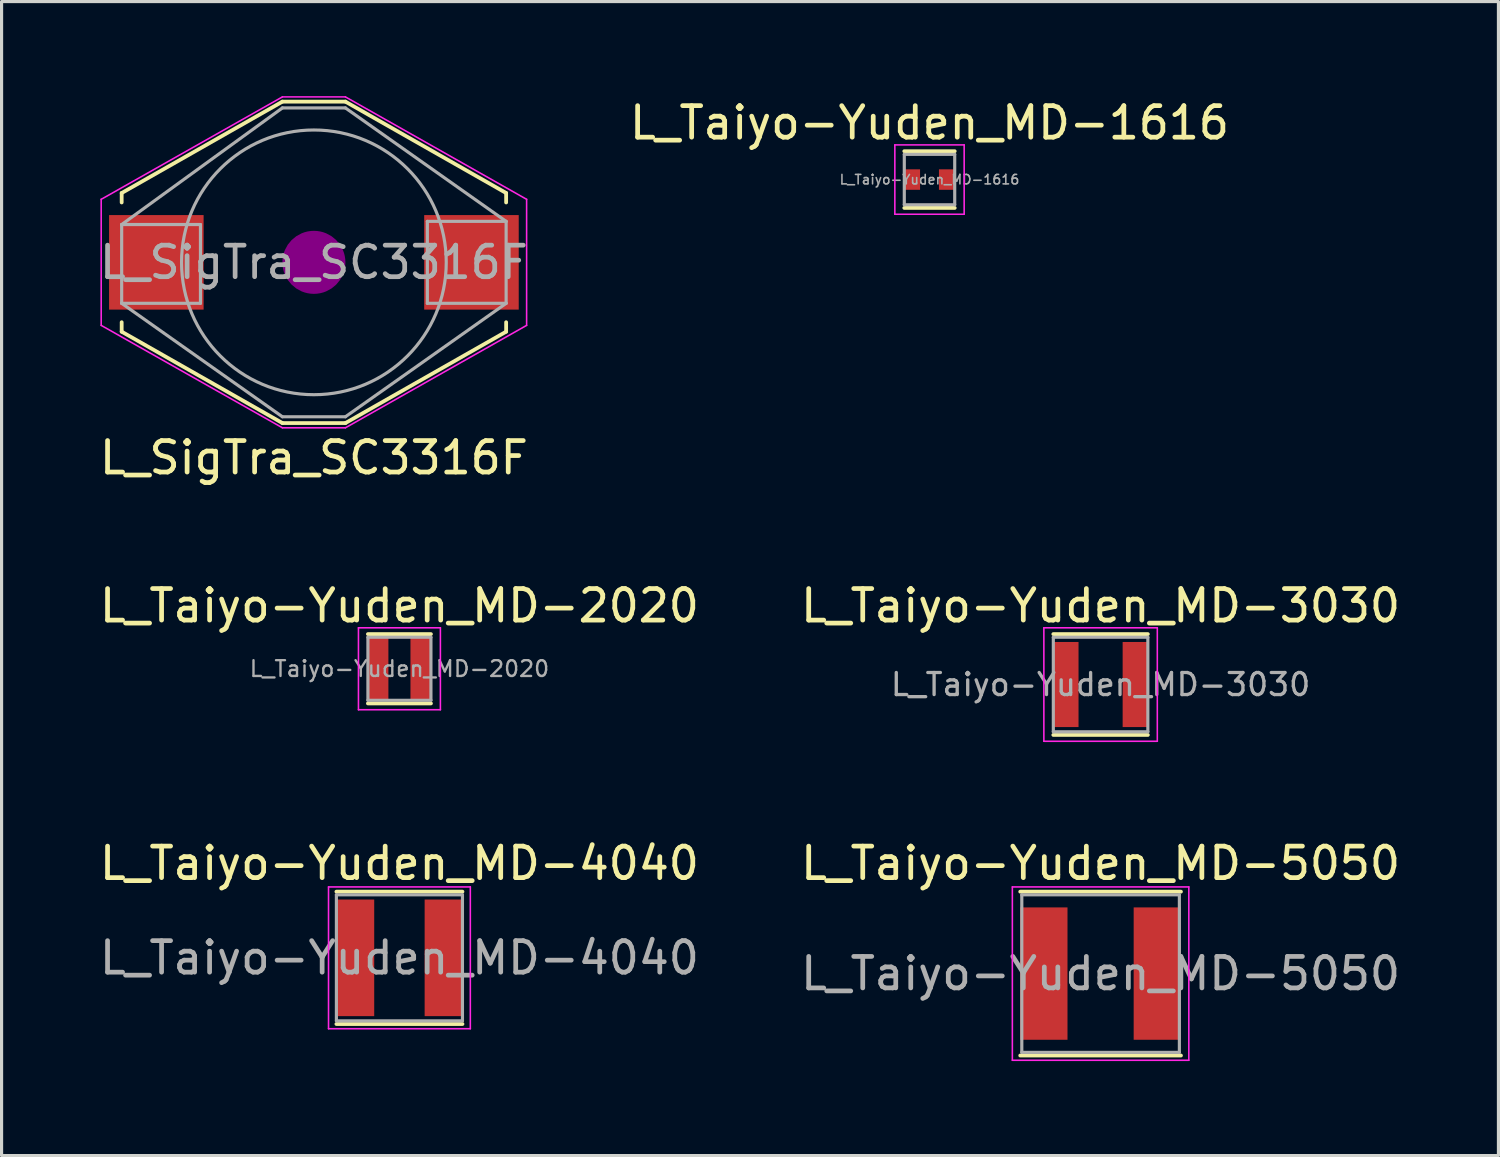
<source format=kicad_pcb>
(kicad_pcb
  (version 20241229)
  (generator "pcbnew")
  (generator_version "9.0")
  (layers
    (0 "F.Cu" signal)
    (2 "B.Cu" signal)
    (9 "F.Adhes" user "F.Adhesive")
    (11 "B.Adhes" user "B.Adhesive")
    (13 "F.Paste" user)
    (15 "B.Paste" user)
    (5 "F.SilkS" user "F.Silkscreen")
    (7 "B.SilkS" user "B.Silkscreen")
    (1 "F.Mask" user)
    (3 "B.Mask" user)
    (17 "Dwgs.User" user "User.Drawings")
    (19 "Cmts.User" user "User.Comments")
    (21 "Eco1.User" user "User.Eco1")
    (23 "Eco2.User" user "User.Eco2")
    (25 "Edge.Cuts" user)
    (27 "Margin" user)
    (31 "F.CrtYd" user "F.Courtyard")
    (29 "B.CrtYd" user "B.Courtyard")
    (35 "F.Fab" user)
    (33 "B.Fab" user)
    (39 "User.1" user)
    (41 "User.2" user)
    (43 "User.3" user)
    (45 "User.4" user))
  (footprint "L_Taiyo-Yuden_MD-2020"
    (layer "F.Cu")
    (at 9.625 18.172)
    (property "Reference" "L_Taiyo-Yuden_MD-2020" (at 0 -2 0) (layer "F.SilkS") (effects (font (size 1 1) (thickness 0.15))))
    (attr smd)
    (fp_line (start -1 -1.1) (end 1 -1.1) (stroke (width 0.12) (type solid)) (layer "F.SilkS"))
    (fp_line (start -1 1.1) (end 1 1.1) (stroke (width 0.12) (type solid)) (layer "F.SilkS"))
    (fp_line (start -1.3 -1.3) (end -1.3 1.3) (stroke (width 0.05) (type solid)) (layer "F.CrtYd"))
    (fp_line (start -1.3 1.3) (end 1.3 1.3) (stroke (width 0.05) (type solid)) (layer "F.CrtYd"))
    (fp_line (start 1.3 -1.3) (end -1.3 -1.3) (stroke (width 0.05) (type solid)) (layer "F.CrtYd"))
    (fp_line (start 1.3 1.3) (end 1.3 -1.3) (stroke (width 0.05) (type solid)) (layer "F.CrtYd"))
    (fp_line (start -1 -1) (end -1 1) (stroke (width 0.1) (type solid)) (layer "F.Fab"))
    (fp_line (start -1 1) (end 1 1) (stroke (width 0.1) (type solid)) (layer "F.Fab"))
    (fp_line (start 1 -1) (end -1 -1) (stroke (width 0.1) (type solid)) (layer "F.Fab"))
    (fp_line (start 1 1) (end 1 -1) (stroke (width 0.1) (type solid)) (layer "F.Fab"))
    (fp_text user "${REFERENCE}" (at 0 0 0) (layer "F.Fab") (effects (font (size 0.5 0.5) (thickness 0.075))))
    (pad "1" smd rect (at -0.675 0) (size 0.65 2) (layers "F.Cu" "F.Mask" "F.Paste"))
    (pad "2" smd rect (at 0.675 0) (size 0.65 2) (layers "F.Cu" "F.Mask" "F.Paste")))
  (footprint "L_Taiyo-Yuden_MD-3030"
    (layer "F.Cu")
    (at 31.875 18.672)
    (property "Reference" "L_Taiyo-Yuden_MD-3030" (at 0 -2.5 0) (layer "F.SilkS") (effects (font (size 1 1) (thickness 0.15))))
    (attr smd)
    (fp_line (start -1.5 -1.6) (end 1.5 -1.6) (stroke (width 0.12) (type solid)) (layer "F.SilkS"))
    (fp_line (start -1.5 1.6) (end 1.5 1.6) (stroke (width 0.12) (type solid)) (layer "F.SilkS"))
    (fp_line (start -1.8 -1.8) (end -1.8 1.8) (stroke (width 0.05) (type solid)) (layer "F.CrtYd"))
    (fp_line (start -1.8 1.8) (end 1.8 1.8) (stroke (width 0.05) (type solid)) (layer "F.CrtYd"))
    (fp_line (start 1.8 -1.8) (end -1.8 -1.8) (stroke (width 0.05) (type solid)) (layer "F.CrtYd"))
    (fp_line (start 1.8 1.8) (end 1.8 -1.8) (stroke (width 0.05) (type solid)) (layer "F.CrtYd"))
    (fp_line (start -1.5 -1.5) (end -1.5 1.5) (stroke (width 0.1) (type solid)) (layer "F.Fab"))
    (fp_line (start -1.5 1.5) (end 1.5 1.5) (stroke (width 0.1) (type solid)) (layer "F.Fab"))
    (fp_line (start 1.5 -1.5) (end -1.5 -1.5) (stroke (width 0.1) (type solid)) (layer "F.Fab"))
    (fp_line (start 1.5 1.5) (end 1.5 -1.5) (stroke (width 0.1) (type solid)) (layer "F.Fab"))
    (fp_text user "${REFERENCE}" (at 0 0 0) (layer "F.Fab") (effects (font (size 0.7 0.7) (thickness 0.105))))
    (pad "1" smd rect (at -1.1 0) (size 0.8 2.7) (layers "F.Cu" "F.Mask" "F.Paste"))
    (pad "2" smd rect (at 1.1 0) (size 0.8 2.7) (layers "F.Cu" "F.Mask" "F.Paste")))
  (footprint "L_Taiyo-Yuden_MD-5050"
    (layer "F.Cu")
    (at 31.875 27.845)
    (property "Reference" "L_Taiyo-Yuden_MD-5050" (at 0 -3.5 0) (layer "F.SilkS") (effects (font (size 1 1) (thickness 0.15))))
    (attr smd)
    (fp_line (start -2.55 -2.6) (end 2.55 -2.6) (stroke (width 0.12) (type solid)) (layer "F.SilkS"))
    (fp_line (start -2.55 2.6) (end 2.55 2.6) (stroke (width 0.12) (type solid)) (layer "F.SilkS"))
    (fp_line (start -2.8 -2.75) (end -2.8 2.75) (stroke (width 0.05) (type solid)) (layer "F.CrtYd"))
    (fp_line (start -2.8 2.75) (end 2.8 2.75) (stroke (width 0.05) (type solid)) (layer "F.CrtYd"))
    (fp_line (start 2.8 -2.75) (end -2.8 -2.75) (stroke (width 0.05) (type solid)) (layer "F.CrtYd"))
    (fp_line (start 2.8 2.75) (end 2.8 -2.75) (stroke (width 0.05) (type solid)) (layer "F.CrtYd"))
    (fp_line (start -2.5 -2.5) (end -2.5 2.5) (stroke (width 0.1) (type solid)) (layer "F.Fab"))
    (fp_line (start -2.5 2.5) (end 2.5 2.5) (stroke (width 0.1) (type solid)) (layer "F.Fab"))
    (fp_line (start 2.5 -2.5) (end -2.5 -2.5) (stroke (width 0.1) (type solid)) (layer "F.Fab"))
    (fp_line (start 2.5 2.5) (end 2.5 -2.5) (stroke (width 0.1) (type solid)) (layer "F.Fab"))
    (fp_text user "${REFERENCE}" (at 0 0 0) (layer "F.Fab") (effects (font (size 1 1) (thickness 0.15))))
    (pad "1" smd rect (at -1.8 0) (size 1.5 4.2) (layers "F.Cu" "F.Mask" "F.Paste"))
    (pad "2" smd rect (at 1.8 0) (size 1.5 4.2) (layers "F.Cu" "F.Mask" "F.Paste")))
  (footprint "L_SigTra_SC3316F"
    (layer "F.Cu")
    (at 6.911 5.275)
    (property "Reference" "L_SigTra_SC3316F" (at 0 6.2 0) (layer "F.SilkS") (effects (font (size 1 1) (thickness 0.15))))
    (attr smd)
    (fp_line (start -6.1 -2.2) (end -1 -5.1) (stroke (width 0.12) (type solid)) (layer "F.SilkS"))
    (fp_line (start -6.1 -1.9) (end -6.1 -2.2) (stroke (width 0.12) (type solid)) (layer "F.SilkS"))
    (fp_line (start -6.1 1.9) (end -6.1 2.2) (stroke (width 0.12) (type solid)) (layer "F.SilkS"))
    (fp_line (start -6.1 2.2) (end -1 5.1) (stroke (width 0.12) (type solid)) (layer "F.SilkS"))
    (fp_line (start 1 -5.1) (end -1 -5.1) (stroke (width 0.12) (type solid)) (layer "F.SilkS"))
    (fp_line (start 1 5.1) (end -1 5.1) (stroke (width 0.12) (type solid)) (layer "F.SilkS"))
    (fp_line (start 6.1 -2.2) (end 1 -5.1) (stroke (width 0.12) (type solid)) (layer "F.SilkS"))
    (fp_line (start 6.1 -1.9) (end 6.1 -2.2) (stroke (width 0.12) (type solid)) (layer "F.SilkS"))
    (fp_line (start 6.1 1.9) (end 6.1 2.2) (stroke (width 0.12) (type solid)) (layer "F.SilkS"))
    (fp_line (start 6.1 2.2) (end 1 5.1) (stroke (width 0.12) (type solid)) (layer "F.SilkS"))
    (fp_circle (center 0 0) (end 0.5 0) (stroke (width 1) (type solid)) (fill no) (layer "F.Adhes"))
    (fp_line (start -6.75 -2) (end -6.75 2) (stroke (width 0.05) (type solid)) (layer "F.CrtYd"))
    (fp_line (start -6.75 2) (end -1 5.25) (stroke (width 0.05) (type solid)) (layer "F.CrtYd"))
    (fp_line (start -1 -5.25) (end -6.75 -2) (stroke (width 0.05) (type solid)) (layer "F.CrtYd"))
    (fp_line (start -1 -5.25) (end 1 -5.25) (stroke (width 0.05) (type solid)) (layer "F.CrtYd"))
    (fp_line (start -1 5.25) (end 1 5.25) (stroke (width 0.05) (type solid)) (layer "F.CrtYd"))
    (fp_line (start 1 -5.25) (end 6.75 -2) (stroke (width 0.05) (type solid)) (layer "F.CrtYd"))
    (fp_line (start 1 5.25) (end 6.75 2) (stroke (width 0.05) (type solid)) (layer "F.CrtYd"))
    (fp_line (start 6.75 2) (end 6.75 -2) (stroke (width 0.05) (type solid)) (layer "F.CrtYd"))
    (fp_line (start -6.1 -1.2) (end -3.6 -1.2) (stroke (width 0.1) (type solid)) (layer "F.Fab"))
    (fp_line (start -6.1 1.3) (end -6.1 -1.2) (stroke (width 0.1) (type solid)) (layer "F.Fab"))
    (fp_line (start -3.6 -1.2) (end -3.6 0) (stroke (width 0.1) (type solid)) (layer "F.Fab"))
    (fp_line (start -3.6 0) (end -3.6 1.3) (stroke (width 0.1) (type solid)) (layer "F.Fab"))
    (fp_line (start -3.6 1.3) (end -6.1 1.3) (stroke (width 0.1) (type solid)) (layer "F.Fab"))
    (fp_line (start -1 -4.9) (end -6.1 -1.2) (stroke (width 0.1) (type solid)) (layer "F.Fab"))
    (fp_line (start -1 4.9) (end -6.1 1.3) (stroke (width 0.1) (type solid)) (layer "F.Fab"))
    (fp_line (start 1 -4.9) (end -1 -4.9) (stroke (width 0.1) (type solid)) (layer "F.Fab"))
    (fp_line (start 1 -4.9) (end 6.1 -1.3) (stroke (width 0.1) (type solid)) (layer "F.Fab"))
    (fp_line (start 1 4.9) (end -1 4.9) (stroke (width 0.1) (type solid)) (layer "F.Fab"))
    (fp_line (start 3.6 -1.3) (end 6.1 -1.3) (stroke (width 0.1) (type solid)) (layer "F.Fab"))
    (fp_line (start 3.6 1.3) (end 3.6 -1.3) (stroke (width 0.1) (type solid)) (layer "F.Fab"))
    (fp_line (start 6.1 -1.3) (end 6.1 1.3) (stroke (width 0.1) (type solid)) (layer "F.Fab"))
    (fp_line (start 6.1 1.3) (end 1 4.9) (stroke (width 0.1) (type solid)) (layer "F.Fab"))
    (fp_line (start 6.1 1.3) (end 3.6 1.3) (stroke (width 0.1) (type solid)) (layer "F.Fab"))
    (fp_circle (center 0 0) (end 4.2 0) (stroke (width 0.1) (type solid)) (fill no) (layer "F.Fab"))
    (fp_text user "${REFERENCE}" (at 0 0 0) (layer "F.Fab") (effects (font (size 1 1) (thickness 0.15))))
    (pad "1" smd rect (at -5 0) (size 3 3) (layers "F.Cu" "F.Mask" "F.Paste"))
    (pad "2" smd rect (at 5 0) (size 3 3) (layers "F.Cu" "F.Mask" "F.Paste")))
  (footprint "L_Taiyo-Yuden_MD-1616"
    (layer "F.Cu")
    (at 26.446 2.648)
    (property "Reference" "L_Taiyo-Yuden_MD-1616" (at 0 -1.8 0) (layer "F.SilkS") (effects (font (size 1 1) (thickness 0.15))))
    (attr smd)
    (fp_line (start -0.8 -0.9) (end 0.8 -0.9) (stroke (width 0.12) (type solid)) (layer "F.SilkS"))
    (fp_line (start -0.8 0.9) (end 0.8 0.9) (stroke (width 0.12) (type solid)) (layer "F.SilkS"))
    (fp_line (start -1.1 -1.1) (end -1.1 1.1) (stroke (width 0.05) (type solid)) (layer "F.CrtYd"))
    (fp_line (start -1.1 1.1) (end 1.1 1.1) (stroke (width 0.05) (type solid)) (layer "F.CrtYd"))
    (fp_line (start 1.1 -1.1) (end -1.1 -1.1) (stroke (width 0.05) (type solid)) (layer "F.CrtYd"))
    (fp_line (start 1.1 1.1) (end 1.1 -1.1) (stroke (width 0.05) (type solid)) (layer "F.CrtYd"))
    (fp_line (start -0.8 -0.8) (end -0.8 0.8) (stroke (width 0.1) (type solid)) (layer "F.Fab"))
    (fp_line (start -0.8 0.8) (end 0.8 0.8) (stroke (width 0.1) (type solid)) (layer "F.Fab"))
    (fp_line (start 0.8 -0.8) (end -0.8 -0.8) (stroke (width 0.1) (type solid)) (layer "F.Fab"))
    (fp_line (start 0.8 0.8) (end 0.8 -0.8) (stroke (width 0.1) (type solid)) (layer "F.Fab"))
    (fp_text user "${REFERENCE}" (at 0 0 0) (layer "F.Fab") (effects (font (size 0.3 0.3) (thickness 0.05))))
    (pad "1" smd rect (at -0.55 0) (size 0.5 0.65) (layers "F.Cu" "F.Mask" "F.Paste"))
    (pad "2" smd rect (at 0.55 0) (size 0.5 0.65) (layers "F.Cu" "F.Mask" "F.Paste")))
  (footprint "L_Taiyo-Yuden_MD-4040"
    (layer "F.Cu")
    (at 9.625 27.345)
    (property "Reference" "L_Taiyo-Yuden_MD-4040" (at 0 -3 0) (layer "F.SilkS") (effects (font (size 1 1) (thickness 0.15))))
    (attr smd)
    (fp_line (start -2 -2.1) (end 2 -2.1) (stroke (width 0.12) (type solid)) (layer "F.SilkS"))
    (fp_line (start -2 2.1) (end 2 2.1) (stroke (width 0.12) (type solid)) (layer "F.SilkS"))
    (fp_line (start -2.25 -2.25) (end -2.25 2.25) (stroke (width 0.05) (type solid)) (layer "F.CrtYd"))
    (fp_line (start -2.25 2.25) (end 2.25 2.25) (stroke (width 0.05) (type solid)) (layer "F.CrtYd"))
    (fp_line (start 2.25 -2.25) (end -2.25 -2.25) (stroke (width 0.05) (type solid)) (layer "F.CrtYd"))
    (fp_line (start 2.25 2.25) (end 2.25 -2.25) (stroke (width 0.05) (type solid)) (layer "F.CrtYd"))
    (fp_line (start -2 -2) (end -2 2) (stroke (width 0.1) (type solid)) (layer "F.Fab"))
    (fp_line (start -2 2) (end 2 2) (stroke (width 0.1) (type solid)) (layer "F.Fab"))
    (fp_line (start 2 -2) (end -2 -2) (stroke (width 0.1) (type solid)) (layer "F.Fab"))
    (fp_line (start 2 2) (end 2 -2) (stroke (width 0.1) (type solid)) (layer "F.Fab"))
    (fp_text user "${REFERENCE}" (at 0 0 0) (layer "F.Fab") (effects (font (size 1 1) (thickness 0.15))))
    (pad "1" smd rect (at -1.4 0) (size 1.2 3.7) (layers "F.Cu" "F.Mask" "F.Paste"))
    (pad "2" smd rect (at 1.4 0) (size 1.2 3.7) (layers "F.Cu" "F.Mask" "F.Paste")))
  (gr_rect
    (start -3 -3)
    (end 44.5 33.62)
    (stroke (width 0.1) (type default))
    (fill no)
    (layer "Edge.Cuts")))
</source>
